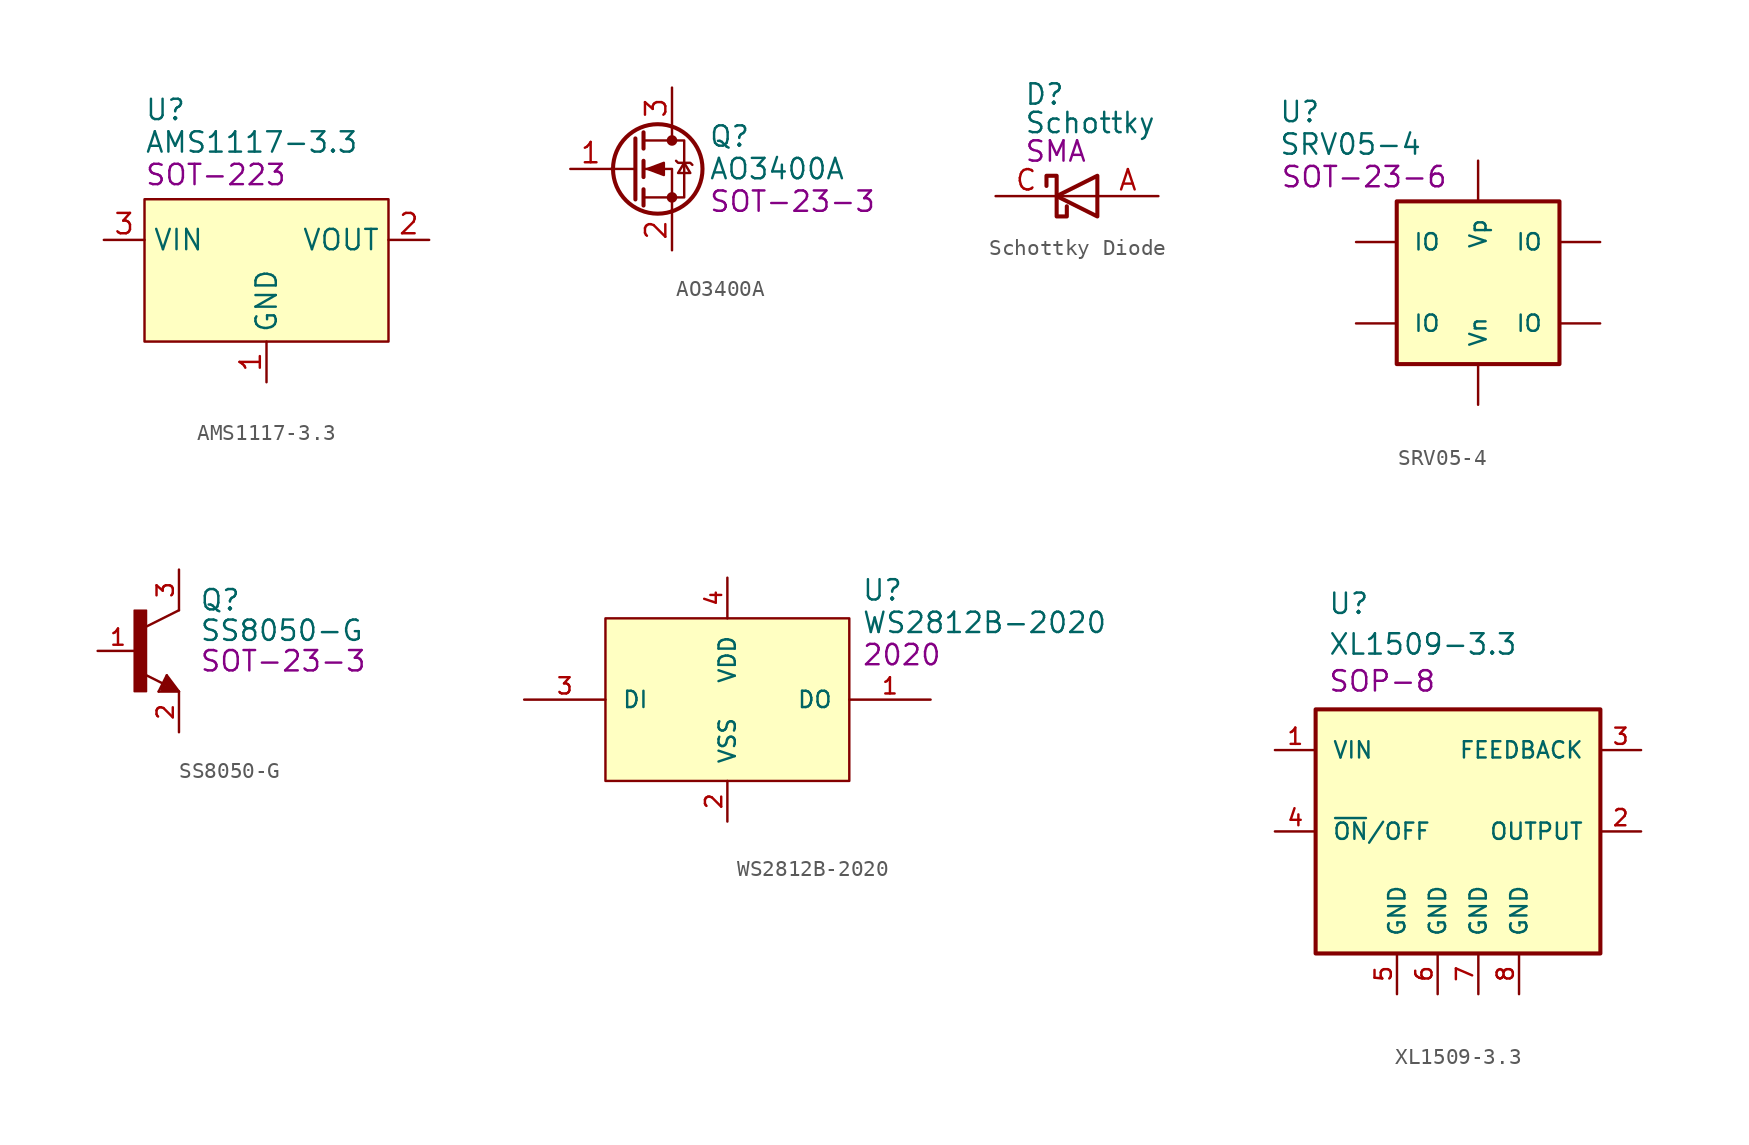
<source format=kicad_sym>
(kicad_symbol_lib
  (version 20231120)
  (generator "kicad_symbol_editor")
  (generator_version "8.0")
  (symbol "AMS1117-3.3"
    (property "Reference" "U"
      (at -7.62 8.128 0)
      (do_not_autoplace)
      (effects (font (size 1.27 1.27)) (justify left)))
    (property "Value" "AMS1117-3.3"
      (at -7.62 6.096 0)
      (do_not_autoplace)
      (effects (font (size 1.27 1.27)) (justify left)))
    (property "Package " "SOT-223"
      (at -7.62 4.064 0)
      (do_not_autoplace)
      (effects (font (size 1.27 1.27)) (justify left)))
    (symbol "AMS1117-3.3_1_1"
      (rectangle (start -7.62 2.54) (end 7.62 -6.35) (stroke (width 0) (type default)) (fill (type background)))
      (pin power_in line (at 0 -8.89 90) (length 2.54) (name "GND" (effects (font (size 1.27 1.27)))) (number "1" (effects (font (size 1.27 1.27)))))
      (pin power_out line (at 10.16 0 180) (length 2.54) (name "VOUT" (effects (font (size 1.27 1.27)))) (number "2" (effects (font (size 1.27 1.27)))))
      (pin power_in line (at -10.16 0 0) (length 2.54) (name "VIN" (effects (font (size 1.27 1.27)))) (number "3" (effects (font (size 1.27 1.27)))))
      (pin power_out line (at 10.16 0 180) (length 2.54) hide (name "VOUT" (effects (font (size 1.27 1.27)))) (number "4" (effects (font (size 1.27 1.27)))))))
  (symbol "AO3400A"
    (pin_names
      (offset 0) hide)
    (property "Reference" "Q"
      (at 8.636 2.032 0)
      (effects (font (size 1.27 1.27)) (justify left)))
    (property "Value" "AO3400A"
      (at 8.636 0 0)
      (effects (font (size 1.27 1.27)) (justify left)))
    (property "Package" "SOT-23-3"
      (at 8.636 -2.032 0)
      (effects (font (size 1.27 1.27)) (justify left)))
    (symbol "AO3400A_0_1"
      (polyline (pts (xy 4.064 0) (xy 2.54 0)) (stroke (width 0) (type default)) (fill (type none)))
      (polyline (pts (xy 4.064 1.905) (xy 4.064 -1.905)) (stroke (width 0.254) (type default)) (fill (type none)))
      (polyline (pts (xy 4.572 -1.27) (xy 4.572 -2.286)) (stroke (width 0.254) (type default)) (fill (type none)))
      (polyline (pts (xy 4.572 0.508) (xy 4.572 -0.508)) (stroke (width 0.254) (type default)) (fill (type none)))
      (polyline (pts (xy 4.572 2.286) (xy 4.572 1.27)) (stroke (width 0.254) (type default)) (fill (type none)))
      (polyline (pts (xy 6.35 2.54) (xy 6.35 1.778)) (stroke (width 0) (type default)) (fill (type none)))
      (polyline (pts (xy 6.35 -2.54) (xy 6.35 0) (xy 4.572 0)) (stroke (width 0) (type default)) (fill (type none)))
      (polyline (pts (xy 4.572 -1.778) (xy 7.112 -1.778) (xy 7.112 1.778) (xy 4.572 1.778)) (stroke (width 0) (type default)) (fill (type none)))
      (polyline (pts (xy 4.826 0) (xy 5.842 0.381) (xy 5.842 -0.381) (xy 4.826 0)) (stroke (width 0) (type default)) (fill (type outline)))
      (polyline (pts (xy 6.604 0.508) (xy 6.731 0.381) (xy 7.493 0.381) (xy 7.62 0.254)) (stroke (width 0) (type default)) (fill (type none)))
      (polyline (pts (xy 7.112 0.381) (xy 6.731 -0.254) (xy 7.493 -0.254) (xy 7.112 0.381)) (stroke (width 0) (type default)) (fill (type none)))
      (circle (center 5.461 0) (radius 2.794) (stroke (width 0.254) (type default)) (fill (type none)))
      (circle (center 6.35 -1.778) (radius 0.254) (stroke (width 0) (type default)) (fill (type outline)))
      (circle (center 6.35 1.778) (radius 0.254) (stroke (width 0) (type default)) (fill (type outline))))
    (symbol "AO3400A_1_1"
      (pin input line (at 0 0 0) (length 2.54) (name "G" (effects (font (size 1.27 1.27)))) (number "1" (effects (font (size 1.27 1.27)))))
      (pin passive line (at 6.35 -5.08 90) (length 2.54) (name "S" (effects (font (size 1.27 1.27)))) (number "2" (effects (font (size 1.27 1.27)))))
      (pin passive line (at 6.35 5.08 270) (length 2.54) (name "D" (effects (font (size 1.27 1.27)))) (number "3" (effects (font (size 1.27 1.27)))))))
  (symbol "Schottky Diode"
    (pin_names
      (offset 1.016) hide)
    (property "Reference" "D"
      (at 1.778 6.35 0)
      (effects (font (size 1.27 1.27)) (justify left)))
    (property "Value" "Schottky"
      (at 1.778 4.572 0)
      (effects (font (size 1.27 1.27)) (justify left)))
    (property "Package" "SMA"
      (at 1.778 2.794 0)
      (effects (font (size 1.27 1.27)) (justify left)))
    (symbol "Schottky Diode_0_1"
      (polyline (pts (xy 6.35 0) (xy 3.81 0)) (stroke (width 0) (type default)) (fill (type none)))
      (polyline (pts (xy 6.35 1.27) (xy 6.35 -1.27) (xy 3.81 0) (xy 6.35 1.27)) (stroke (width 0.254) (type default)) (fill (type none)))
      (polyline (pts (xy 3.175 0.635) (xy 3.175 1.27) (xy 3.81 1.27) (xy 3.81 -1.27) (xy 4.445 -1.27) (xy 4.445 -0.635)) (stroke (width 0.254) (type default)) (fill (type none))))
    (symbol "Schottky Diode_1_1"
      (pin passive line (at 10.16 0 180) (length 3.81) (name "A" (effects (font (size 1.27 1.27)))) (number "A" (effects (font (size 1.27 1.27)))))
      (pin passive line (at 0 0 0) (length 3.81) (name "C" (effects (font (size 1.27 1.27)))) (number "C" (effects (font (size 1.27 1.27)))))))
  (symbol "SRV05-4"
    (pin_numbers hide)
    (pin_names
      (offset 1.016))
    (property "Reference" "U"
      (at -4.826 8.128 0)
      (do_not_autoplace)
      (effects (font (size 1.27 1.27)) (justify left)))
    (property "Value" "SRV05-4"
      (at -4.826 6.096 0)
      (do_not_autoplace)
      (effects (font (size 1.27 1.27)) (justify left)))
    (property "Package" "SOT-23-6"
      (at 0.508 4.064 0)
      (do_not_autoplace)
      (effects (font (size 1.27 1.27))))
    (symbol "SRV05-4_0_0"
      (rectangle (start 2.54 -7.62) (end 12.7 2.54) (stroke (width 0.254) (type default)) (fill (type background)))
      (pin bidirectional line (at 15.24 0 180) (length 2.54) (name "IO" (effects (font (size 1.016 1.016)))) (number "3" (effects (font (size 1.016 1.016)))))
      (pin bidirectional line (at 0 -5.08 0) (length 2.54) (name "IO" (effects (font (size 1.016 1.016)))) (number "4" (effects (font (size 1.016 1.016)))))
      (pin bidirectional line (at 15.24 -5.08 180) (length 2.54) (name "IO" (effects (font (size 1.016 1.016)))) (number "6" (effects (font (size 1.016 1.016))))))
    (symbol "SRV05-4_1_0"
      (pin bidirectional line (at 0 0 0) (length 2.54) (name "IO" (effects (font (size 1.016 1.016)))) (number "1" (effects (font (size 1.016 1.016)))))
      (pin power_in line (at 7.62 -10.16 90) (length 2.54) (name "Vn" (effects (font (size 1.016 1.016)))) (number "2" (effects (font (size 1.016 1.016)))))
      (pin power_in line (at 7.62 5.08 270) (length 2.54) (name "Vp" (effects (font (size 1.016 1.016)))) (number "5" (effects (font (size 1.016 1.016)))))))
  (symbol "SS8050-G"
    (pin_names
      (offset 1.016))
    (property "Reference" "Q"
      (at 6.35 3.175 0)
      (do_not_autoplace)
      (effects (font (size 1.27 1.27)) (justify left)))
    (property "Value" "SS8050-G"
      (at 6.35 1.27 0)
      (do_not_autoplace)
      (effects (font (size 1.27 1.27)) (justify left)))
    (property "Package" "SOT-23-3"
      (at 6.35 -0.635 0)
      (do_not_autoplace)
      (effects (font (size 1.27 1.27)) (justify left)))
    (symbol "SS8050-G_0_0"
      (polyline (pts (xy 3.81 -2.54) (xy 4.318 -1.524)) (stroke (width 0.152) (type default)) (fill (type none)))
      (polyline (pts (xy 4.064 -2.413) (xy 4.826 -2.413)) (stroke (width 0.254) (type default)) (fill (type none)))
      (polyline (pts (xy 4.064 -2.286) (xy 4.445 -2.286)) (stroke (width 0.254) (type default)) (fill (type none)))
      (polyline (pts (xy 4.08 -2.04) (xy 2.848 -1.424)) (stroke (width 0.152) (type default)) (fill (type none)))
      (polyline (pts (xy 4.318 -1.778) (xy 4.064 -2.286)) (stroke (width 0.254) (type default)) (fill (type none)))
      (polyline (pts (xy 4.318 -1.524) (xy 5.08 -2.54)) (stroke (width 0.152) (type default)) (fill (type none)))
      (polyline (pts (xy 4.445 -2.286) (xy 4.318 -2.032)) (stroke (width 0.254) (type default)) (fill (type none)))
      (polyline (pts (xy 4.826 -2.413) (xy 4.318 -1.778)) (stroke (width 0.254) (type default)) (fill (type none)))
      (polyline (pts (xy 5.08 -2.54) (xy 3.81 -2.54)) (stroke (width 0.152) (type default)) (fill (type none)))
      (polyline (pts (xy 5.08 2.54) (xy 3.048 1.524)) (stroke (width 0.152) (type default)) (fill (type none)))
      (rectangle (start 2.286 -2.54) (end 3.048 2.54) (stroke (width 0.1) (type default)) (fill (type outline)))
      (pin passive line (at 0 0 0) (length 2.54) (name "~" (effects (font (size 1.016 1.016)))) (number "1" (effects (font (size 1.016 1.016)))))
      (pin passive line (at 5.08 -5.08 90) (length 2.54) (name "~" (effects (font (size 1.016 1.016)))) (number "2" (effects (font (size 1.016 1.016)))))
      (pin passive line (at 5.08 5.08 270) (length 2.54) (name "~" (effects (font (size 1.016 1.016)))) (number "3" (effects (font (size 1.016 1.016)))))))
  (symbol "WS2812B-2020"
    (pin_names
      (offset 1.016))
    (property "Reference" "U"
      (at 8.382 6.096 0)
      (do_not_autoplace)
      (effects (font (size 1.27 1.27)) (justify left bottom)))
    (property "Value" "WS2812B-2020"
      (at 8.382 4.064 0)
      (do_not_autoplace)
      (effects (font (size 1.27 1.27)) (justify left bottom)))
    (property "Package" "2020"
      (at 8.382 2.794 0)
      (do_not_autoplace)
      (effects (font (size 1.27 1.27)) (justify left)))
    (symbol "WS2812B-2020_0_0"
      (rectangle (start -7.62 -5.08) (end 7.62 5.08) (stroke (width 0.152) (type default)) (fill (type background)))
      (pin bidirectional line (at 12.7 0 180) (length 5.08) (name "DO" (effects (font (size 1.016 1.016)))) (number "1" (effects (font (size 1.016 1.016)))))
      (pin power_in line (at 0 -7.62 90) (length 2.54) (name "VSS" (effects (font (size 1.016 1.016)))) (number "2" (effects (font (size 1.016 1.016)))))
      (pin bidirectional line (at -12.7 0 0) (length 5.08) (name "DI" (effects (font (size 1.016 1.016)))) (number "3" (effects (font (size 1.016 1.016)))))
      (pin power_in line (at 0 7.62 270) (length 2.54) (name "VDD" (effects (font (size 1.016 1.016)))) (number "4" (effects (font (size 1.016 1.016)))))))
  (symbol "XL1509-3.3"
    (pin_names
      (offset 1.016))
    (property "Reference" "U"
      (at 3.302 9.144 0)
      (do_not_autoplace)
      (effects (font (size 1.27 1.27)) (justify left)))
    (property "Value" "XL1509-3.3"
      (at 3.302 6.604 0)
      (do_not_autoplace)
      (effects (font (size 1.27 1.27)) (justify left)))
    (property "Package" "SOP-8"
      (at 3.302 3.556 0)
      (do_not_autoplace)
      (effects (font (size 1.27 1.27)) (justify left bottom)))
    (symbol "XL1509-3.3_0_0"
      (rectangle (start 2.54 2.54) (end 20.32 -12.7) (stroke (width 0.254) (type default)) (fill (type background))))
    (symbol "XL1509-3.3_1_0"
      (pin power_in line (at 0 0 0) (length 2.54) (name "VIN" (effects (font (size 1.016 1.016)))) (number "1" (effects (font (size 1.016 1.016)))))
      (pin power_out line (at 22.86 -5.08 180) (length 2.54) (name "OUTPUT" (effects (font (size 1.016 1.016)))) (number "2" (effects (font (size 1.016 1.016)))))
      (pin input line (at 22.86 0 180) (length 2.54) (name "FEEDBACK" (effects (font (size 1.016 1.016)))) (number "3" (effects (font (size 1.016 1.016)))))
      (pin input line (at 0 -5.08 0) (length 2.54) (name "~{ON}/OFF" (effects (font (size 1.016 1.016)))) (number "4" (effects (font (size 1.016 1.016)))))
      (pin power_in line (at 7.62 -15.24 90) (length 2.54) (name "GND" (effects (font (size 1.016 1.016)))) (number "5" (effects (font (size 1.016 1.016)))))
      (pin power_in line (at 10.16 -15.24 90) (length 2.54) (name "GND" (effects (font (size 1.016 1.016)))) (number "6" (effects (font (size 1.016 1.016)))))
      (pin power_in line (at 12.7 -15.24 90) (length 2.54) (name "GND" (effects (font (size 1.016 1.016)))) (number "7" (effects (font (size 1.016 1.016)))))
      (pin power_in line (at 15.24 -15.24 90) (length 2.54) (name "GND" (effects (font (size 1.016 1.016)))) (number "8" (effects (font (size 1.016 1.016))))))))
</source>
